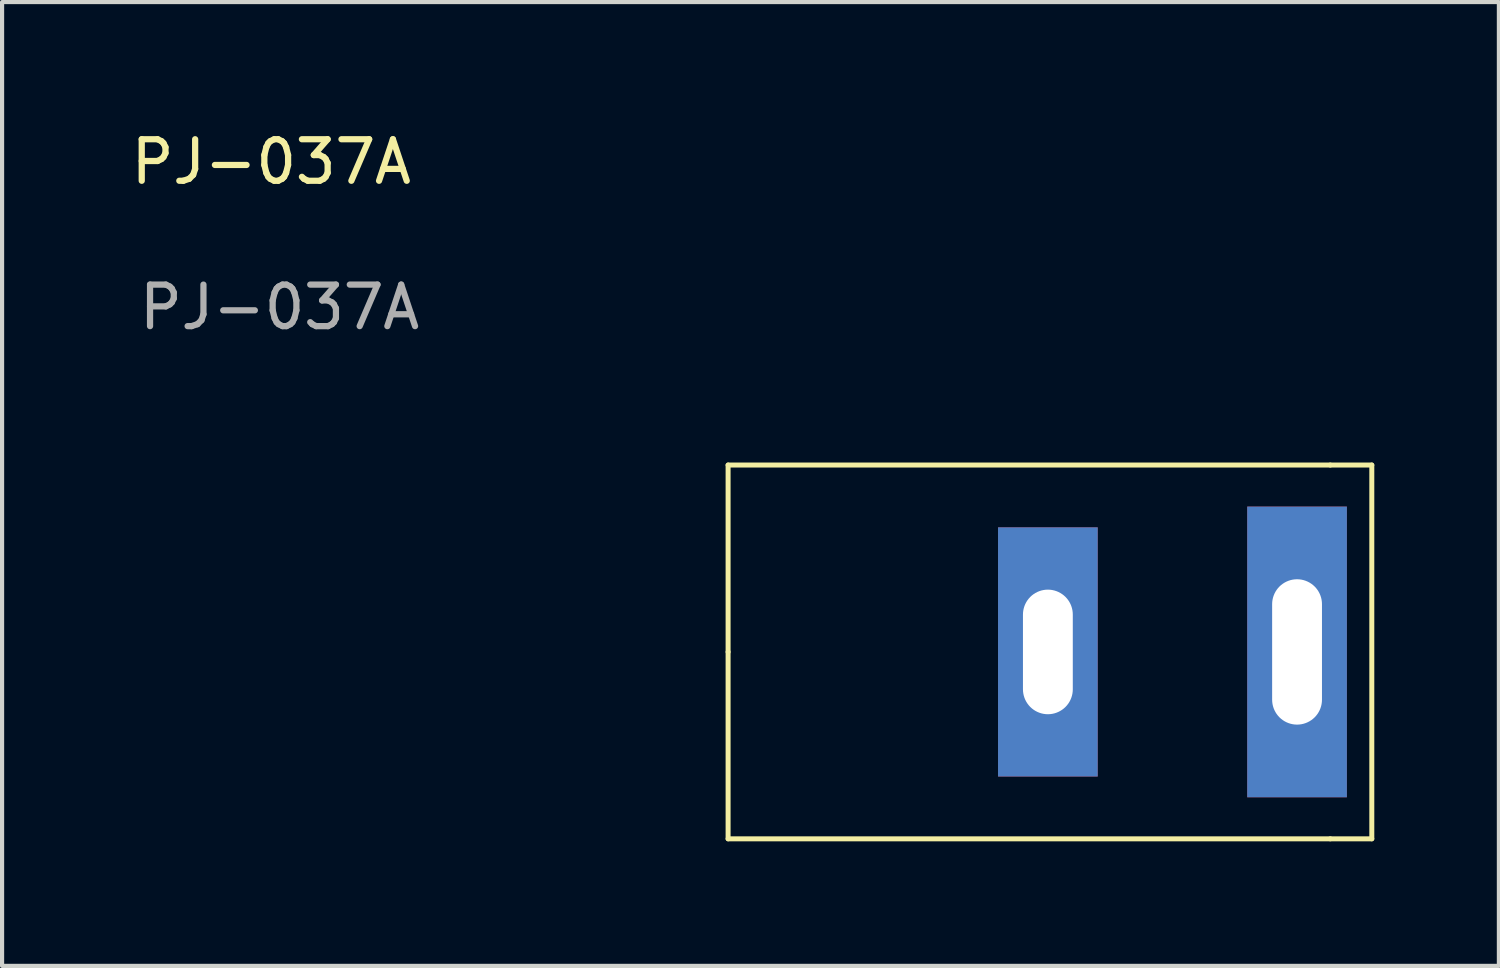
<source format=kicad_pcb>
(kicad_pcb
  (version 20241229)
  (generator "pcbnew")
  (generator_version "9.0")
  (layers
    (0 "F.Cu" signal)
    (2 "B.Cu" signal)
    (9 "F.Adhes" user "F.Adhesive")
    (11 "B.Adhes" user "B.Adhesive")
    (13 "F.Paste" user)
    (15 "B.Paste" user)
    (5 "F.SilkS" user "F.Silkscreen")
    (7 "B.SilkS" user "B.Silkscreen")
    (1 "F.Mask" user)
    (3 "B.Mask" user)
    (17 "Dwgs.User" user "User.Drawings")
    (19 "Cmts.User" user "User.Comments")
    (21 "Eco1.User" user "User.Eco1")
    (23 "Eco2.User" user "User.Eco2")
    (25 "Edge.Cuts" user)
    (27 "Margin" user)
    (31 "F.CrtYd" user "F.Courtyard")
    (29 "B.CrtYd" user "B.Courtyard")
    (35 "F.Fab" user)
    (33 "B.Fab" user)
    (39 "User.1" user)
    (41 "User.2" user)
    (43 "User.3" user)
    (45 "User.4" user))
  (footprint "PJ-037A"
    (layer "F.Cu")
    (at 14.482 12.648)
    (property "Reference" "PJ-037A" (at -11 -11.8 0) (unlocked yes) (layer "F.SilkS") (effects (font (size 1 1) (thickness 0.15))))
    (attr through_hole)
    (fp_line (start 0 -4.5) (end 14.5 -4.5) (stroke (width 0.12) (type solid)) (layer "F.SilkS"))
    (fp_line (start 0 0) (end 0 -4.5) (stroke (width 0.12) (type solid)) (layer "F.SilkS"))
    (fp_line (start 0 4.5) (end 0 0) (stroke (width 0.12) (type solid)) (layer "F.SilkS"))
    (fp_line (start 14.5 4.5) (end 0 4.5) (stroke (width 0.12) (type solid)) (layer "F.SilkS"))
    (fp_line (start 15.5 -4.5) (end 14.5 -4.5) (stroke (width 0.12) (type solid)) (layer "F.SilkS"))
    (fp_line (start 15.5 -4.5) (end 15.5 4.5) (stroke (width 0.12) (type solid)) (layer "F.SilkS"))
    (fp_line (start 15.5 4.5) (end 14.5 4.5) (stroke (width 0.12) (type solid)) (layer "F.SilkS"))
    (fp_text user "${REFERENCE}" (at -10.8 -8.3 0) (unlocked yes) (layer "F.Fab") (effects (font (size 1 1) (thickness 0.15))))
    (pad "1" thru_hole rect (at 13.7 0) (size 2.4 7) (drill oval 1.2 3.5) (layers "*.Cu" "*.Mask"))
    (pad "2" thru_hole rect (at 7.7 0) (size 2.4 6) (drill oval 1.2 3) (layers "*.Cu" "*.Mask")))
  (gr_rect
    (start -3 -3)
    (end 33.042 20.208)
    (stroke (width 0.1) (type default))
    (fill no)
    (layer "Edge.Cuts")))
</source>
